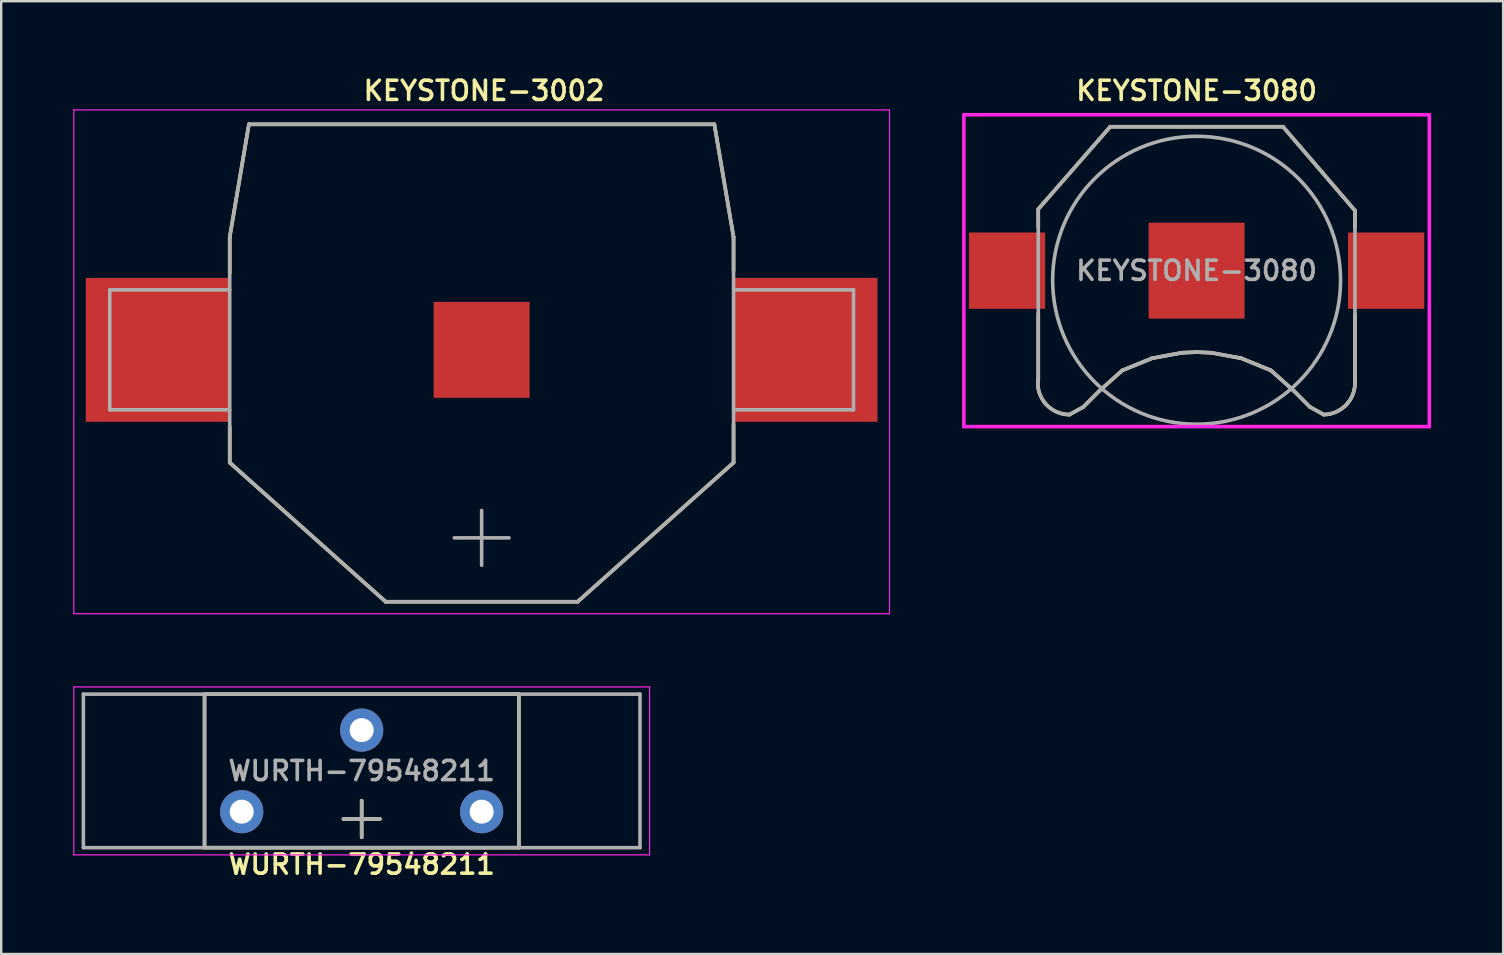
<source format=kicad_pcb>
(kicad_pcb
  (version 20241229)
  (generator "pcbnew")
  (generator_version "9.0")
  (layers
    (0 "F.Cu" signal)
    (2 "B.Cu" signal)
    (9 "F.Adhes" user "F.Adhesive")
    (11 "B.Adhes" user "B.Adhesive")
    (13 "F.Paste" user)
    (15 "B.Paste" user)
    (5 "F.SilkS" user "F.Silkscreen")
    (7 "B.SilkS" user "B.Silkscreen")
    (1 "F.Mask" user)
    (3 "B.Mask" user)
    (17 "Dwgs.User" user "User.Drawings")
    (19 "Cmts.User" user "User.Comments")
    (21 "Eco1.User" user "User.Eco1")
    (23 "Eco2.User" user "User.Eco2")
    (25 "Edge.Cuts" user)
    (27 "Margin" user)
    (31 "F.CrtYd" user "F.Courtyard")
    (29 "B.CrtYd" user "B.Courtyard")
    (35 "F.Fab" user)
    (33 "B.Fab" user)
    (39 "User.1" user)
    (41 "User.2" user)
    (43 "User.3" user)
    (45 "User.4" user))
  (footprint "KEYSTONE-3080"
    (layer "F.Cu")
    (at 46.825 8.231)
    (property "Reference" "KEYSTONE-3080" (at 0 -7.5 0) (layer "F.SilkS") (effects (font (size 0.8 0.8) (thickness 0.15))))
    (attr through_hole)
    (fp_line (start -6.6 -1.8) (end -6.6 -2.5) (stroke (width 0.15) (type solid)) (layer "F.SilkS"))
    (fp_line (start -6.6 1.8) (end -6.6 4.6) (stroke (width 0.15) (type solid)) (layer "F.SilkS"))
    (fp_line (start -5.3 6) (end -4.724 5.682) (stroke (width 0.15) (type solid)) (layer "F.SilkS"))
    (fp_line (start -4.064 5.021) (end -4.724 5.682) (stroke (width 0.15) (type solid)) (layer "F.SilkS"))
    (fp_line (start -3.6 -6) (end -6.604 -2.56) (stroke (width 0.15) (type solid)) (layer "F.SilkS"))
    (fp_line (start -3.6 -6) (end 3.6 -6) (stroke (width 0.15) (type solid)) (layer "F.SilkS"))
    (fp_line (start -3.099 4.158) (end -4.064 5.021) (stroke (width 0.15) (type solid)) (layer "F.SilkS"))
    (fp_line (start -3.099 4.158) (end -1.854 3.65) (stroke (width 0.15) (type solid)) (layer "F.SilkS"))
    (fp_line (start -1.854 3.65) (end -0.61 3.421) (stroke (width 0.15) (type solid)) (layer "F.SilkS"))
    (fp_line (start -0.61 3.421) (end 0 3.396) (stroke (width 0.15) (type solid)) (layer "F.SilkS"))
    (fp_line (start 0 3.396) (end 0.61 3.421) (stroke (width 0.15) (type solid)) (layer "F.SilkS"))
    (fp_line (start 0.61 3.421) (end 1.854 3.65) (stroke (width 0.15) (type solid)) (layer "F.SilkS"))
    (fp_line (start 1.854 3.65) (end 3.099 4.158) (stroke (width 0.15) (type solid)) (layer "F.SilkS"))
    (fp_line (start 3.099 4.158) (end 4.064 5.021) (stroke (width 0.15) (type solid)) (layer "F.SilkS"))
    (fp_line (start 3.6 -6) (end 6.604 -2.5) (stroke (width 0.15) (type solid)) (layer "F.SilkS"))
    (fp_line (start 4.064 5.021) (end 4.724 5.682) (stroke (width 0.15) (type solid)) (layer "F.SilkS"))
    (fp_line (start 4.724 5.682) (end 5.3 6) (stroke (width 0.15) (type solid)) (layer "F.SilkS"))
    (fp_line (start 6.6 -1.8) (end 6.6 -2.5) (stroke (width 0.15) (type solid)) (layer "F.SilkS"))
    (fp_line (start 6.6 1.8) (end 6.6 4.7) (stroke (width 0.15) (type solid)) (layer "F.SilkS"))
    (fp_arc (start -5.3 6) (mid -6.266758 5.57914) (end -6.61742 4.584766) (stroke (width 0.15) (type solid)) (layer "F.SilkS"))
    (fp_arc (start 6.601003 4.679348) (mid 6.221456 5.605931) (end 5.300949 5.999985) (stroke (width 0.15) (type solid)) (layer "F.SilkS"))
    (fp_line (start -9.7 -6.5) (end -9.7 6.5) (stroke (width 0.15) (type solid)) (layer "F.CrtYd"))
    (fp_line (start -9.7 6.5) (end 9.7 6.5) (stroke (width 0.15) (type solid)) (layer "F.CrtYd"))
    (fp_line (start 9.7 -6.5) (end -9.7 -6.5) (stroke (width 0.15) (type solid)) (layer "F.CrtYd"))
    (fp_line (start 9.7 6.5) (end 9.7 -6.5) (stroke (width 0.15) (type solid)) (layer "F.CrtYd"))
    (fp_line (start -6.6 -2.5) (end -6.6 4.6) (stroke (width 0.15) (type solid)) (layer "F.Fab"))
    (fp_line (start -5.3 6) (end -4.724 5.682) (stroke (width 0.15) (type solid)) (layer "F.Fab"))
    (fp_line (start -4.064 5.021) (end -4.724 5.682) (stroke (width 0.15) (type solid)) (layer "F.Fab"))
    (fp_line (start -3.6 -6) (end -6.604 -2.56) (stroke (width 0.15) (type solid)) (layer "F.Fab"))
    (fp_line (start -3.6 -6) (end 3.6 -6) (stroke (width 0.15) (type solid)) (layer "F.Fab"))
    (fp_line (start -3.099 4.158) (end -4.064 5.021) (stroke (width 0.15) (type solid)) (layer "F.Fab"))
    (fp_line (start -3.099 4.158) (end -1.854 3.65) (stroke (width 0.15) (type solid)) (layer "F.Fab"))
    (fp_line (start -1.854 3.65) (end -0.61 3.421) (stroke (width 0.15) (type solid)) (layer "F.Fab"))
    (fp_line (start -0.61 3.421) (end 0 3.396) (stroke (width 0.15) (type solid)) (layer "F.Fab"))
    (fp_line (start 0 3.396) (end 0.61 3.421) (stroke (width 0.15) (type solid)) (layer "F.Fab"))
    (fp_line (start 0.61 3.421) (end 1.854 3.65) (stroke (width 0.15) (type solid)) (layer "F.Fab"))
    (fp_line (start 1.854 3.65) (end 3.099 4.158) (stroke (width 0.15) (type solid)) (layer "F.Fab"))
    (fp_line (start 3.099 4.158) (end 4.064 5.021) (stroke (width 0.15) (type solid)) (layer "F.Fab"))
    (fp_line (start 3.6 -6) (end 6.604 -2.5) (stroke (width 0.15) (type solid)) (layer "F.Fab"))
    (fp_line (start 4.064 5.021) (end 4.724 5.682) (stroke (width 0.15) (type solid)) (layer "F.Fab"))
    (fp_line (start 4.724 5.682) (end 5.3 6) (stroke (width 0.15) (type solid)) (layer "F.Fab"))
    (fp_line (start 6.6 -2.5) (end 6.6 4.7) (stroke (width 0.15) (type solid)) (layer "F.Fab"))
    (fp_arc (start -5.3 6) (mid -6.266758 5.57914) (end -6.61742 4.584766) (stroke (width 0.15) (type solid)) (layer "F.Fab"))
    (fp_arc (start 6.601003 4.679348) (mid 6.221456 5.605931) (end 5.300949 5.999985) (stroke (width 0.15) (type solid)) (layer "F.Fab"))
    (fp_circle (center 0 0.4) (end 6 0.4) (stroke (width 0.15) (type solid)) (fill no) (layer "F.Fab"))
    (fp_text user "${REFERENCE}" (at 0 0 0) (layer "F.Fab") (effects (font (size 0.8 0.8) (thickness 0.15))))
    (pad "1" smd rect (at -7.9 0) (size 3.18 3.18) (layers "F.Cu" "F.Mask" "F.Paste"))
    (pad "1" smd rect (at 7.9 0) (size 3.18 3.18) (layers "F.Cu" "F.Mask" "F.Paste"))
    (pad "2" smd rect (at 0 0) (size 4 4) (layers "F.Cu" "F.Mask" "F.Paste")))
  (footprint "KEYSTONE-3002"
    (layer "F.Cu")
    (at 17.025 11.531)
    (property "Reference" "KEYSTONE-3002" (at 0.1 -10.8 0) (layer "F.SilkS") (effects (font (size 0.8 0.8) (thickness 0.15))))
    (attr through_hole)
    (fp_line (start -10.5 -4.7) (end -9.7 -9.4) (stroke (width 0.15) (type solid)) (layer "F.SilkS"))
    (fp_line (start -10.5 -3.2) (end -10.5 -4.7) (stroke (width 0.15) (type solid)) (layer "F.SilkS"))
    (fp_line (start -10.5 3.2) (end -10.5 4.7) (stroke (width 0.15) (type solid)) (layer "F.SilkS"))
    (fp_line (start -10.5 4.7) (end -4 10.5) (stroke (width 0.15) (type solid)) (layer "F.SilkS"))
    (fp_line (start -9.7 -9.4) (end 9.7 -9.4) (stroke (width 0.15) (type solid)) (layer "F.SilkS"))
    (fp_line (start -4 10.5) (end 4 10.5) (stroke (width 0.15) (type solid)) (layer "F.SilkS"))
    (fp_line (start 4 10.5) (end 10.5 4.7) (stroke (width 0.15) (type solid)) (layer "F.SilkS"))
    (fp_line (start 9.7 -9.4) (end 10.5 -4.7) (stroke (width 0.15) (type solid)) (layer "F.SilkS"))
    (fp_line (start 10.5 -4.7) (end 10.5 -3.3) (stroke (width 0.15) (type solid)) (layer "F.SilkS"))
    (fp_line (start 10.5 4.7) (end 10.5 3.1) (stroke (width 0.15) (type solid)) (layer "F.SilkS"))
    (fp_line (start -17 -10) (end 17 -10) (stroke (width 0.05) (type solid)) (layer "F.CrtYd"))
    (fp_line (start -17 11) (end -17 -10) (stroke (width 0.05) (type solid)) (layer "F.CrtYd"))
    (fp_line (start 17 -10) (end 17 11) (stroke (width 0.05) (type solid)) (layer "F.CrtYd"))
    (fp_line (start 17 11) (end -17 11) (stroke (width 0.05) (type solid)) (layer "F.CrtYd"))
    (fp_line (start -15.5 -2.5) (end -15.5 2.5) (stroke (width 0.15) (type solid)) (layer "F.Fab"))
    (fp_line (start -15.5 2.5) (end -10.5 2.5) (stroke (width 0.15) (type solid)) (layer "F.Fab"))
    (fp_line (start -10.5 -4.7) (end -10.5 4.7) (stroke (width 0.15) (type solid)) (layer "F.Fab"))
    (fp_line (start -10.5 -4.7) (end -9.7 -9.4) (stroke (width 0.15) (type solid)) (layer "F.Fab"))
    (fp_line (start -10.5 -2.5) (end -15.5 -2.5) (stroke (width 0.15) (type solid)) (layer "F.Fab"))
    (fp_line (start -10.5 4.7) (end -4 10.5) (stroke (width 0.15) (type solid)) (layer "F.Fab"))
    (fp_line (start -9.7 -9.4) (end 9.7 -9.4) (stroke (width 0.15) (type solid)) (layer "F.Fab"))
    (fp_line (start -4 10.5) (end 4 10.5) (stroke (width 0.15) (type solid)) (layer "F.Fab"))
    (fp_line (start 4 10.5) (end 10.5 4.7) (stroke (width 0.15) (type solid)) (layer "F.Fab"))
    (fp_line (start 9.7 -9.4) (end 10.5 -4.7) (stroke (width 0.15) (type solid)) (layer "F.Fab"))
    (fp_line (start 10.5 -4.7) (end 10.5 4.7) (stroke (width 0.15) (type solid)) (layer "F.Fab"))
    (fp_line (start 10.5 -2.5) (end 15.5 -2.5) (stroke (width 0.15) (type solid)) (layer "F.Fab"))
    (fp_line (start 15.5 -2.5) (end 15.5 2.5) (stroke (width 0.15) (type solid)) (layer "F.Fab"))
    (fp_line (start 15.5 2.5) (end 10.5 2.5) (stroke (width 0.15) (type solid)) (layer "F.Fab"))
    (fp_text user "+" (at 0 7.6 0) (layer "F.Fab") (effects (font (size 3 3) (thickness 0.15))))
    (pad "1" smd rect (at -13.5 0) (size 6 6) (layers "F.Cu" "F.Mask" "F.Paste"))
    (pad "1" smd rect (at 13.5 0) (size 6 6) (layers "F.Cu" "F.Mask" "F.Paste"))
    (pad "2" smd rect (at 0 0) (size 4 4) (layers "F.Cu" "F.Mask" "F.Paste")))
  (footprint "WURTH-79548211"
    (layer "F.Cu")
    (at 12.025 29.081)
    (property "Reference" "WURTH-79548211" (at 0 3.9 0) (layer "F.SilkS") (effects (font (size 0.8 0.8) (thickness 0.15))))
    (attr through_hole)
    (fp_line (start -6.55 -3.2) (end 6.55 -3.2) (stroke (width 0.15) (type solid)) (layer "F.SilkS"))
    (fp_line (start -6.55 3.2) (end -6.55 -3.2) (stroke (width 0.15) (type solid)) (layer "F.SilkS"))
    (fp_line (start 6.55 -3.2) (end 6.55 3.2) (stroke (width 0.15) (type solid)) (layer "F.SilkS"))
    (fp_line (start 6.55 3.2) (end -6.55 3.2) (stroke (width 0.15) (type solid)) (layer "F.SilkS"))
    (fp_line (start -12 -3.5) (end 12 -3.5) (stroke (width 0.05) (type solid)) (layer "F.CrtYd"))
    (fp_line (start -12 3.5) (end -12 -3.5) (stroke (width 0.05) (type solid)) (layer "F.CrtYd"))
    (fp_line (start 12 -3.5) (end 12 3.5) (stroke (width 0.05) (type solid)) (layer "F.CrtYd"))
    (fp_line (start 12 3.5) (end -12 3.5) (stroke (width 0.05) (type solid)) (layer "F.CrtYd"))
    (fp_line (start -11.6 -3.2) (end 11.6 -3.2) (stroke (width 0.15) (type solid)) (layer "F.Fab"))
    (fp_line (start -11.6 3.2) (end -11.6 -3.2) (stroke (width 0.15) (type solid)) (layer "F.Fab"))
    (fp_line (start -6.55 -3.2) (end -6.55 3.2) (stroke (width 0.15) (type solid)) (layer "F.Fab"))
    (fp_line (start 6.55 -3.2) (end 6.55 3.2) (stroke (width 0.15) (type solid)) (layer "F.Fab"))
    (fp_line (start 11.6 -3.2) (end 11.6 3.2) (stroke (width 0.15) (type solid)) (layer "F.Fab"))
    (fp_line (start 11.6 3.2) (end -11.6 3.2) (stroke (width 0.15) (type solid)) (layer "F.Fab"))
    (fp_text user "+" (at 0 1.85 0) (layer "F.SilkS") (effects (font (size 2 2) (thickness 0.15))))
    (fp_text user "${REFERENCE}" (at 0 0 0) (layer "F.Fab") (effects (font (size 0.8 0.8) (thickness 0.15))))
    (fp_text user "+" (at 0 1.85 0) (layer "F.Fab") (effects (font (size 2 2) (thickness 0.15))))
    (pad "1" thru_hole circle (at -5 1.7) (size 1.8 1.8) (drill 1) (layers "*.Cu" "*.Mask"))
    (pad "1" thru_hole circle (at 5 1.7) (size 1.8 1.8) (drill 1) (layers "*.Cu" "*.Mask"))
    (pad "2" thru_hole circle (at 0 -1.7) (size 1.8 1.8) (drill 1) (layers "*.Cu" "*.Mask")))
  (gr_rect
    (start -3 -3)
    (end 59.6 36.712)
    (stroke (width 0.1) (type default))
    (fill no)
    (layer "Edge.Cuts")))
</source>
